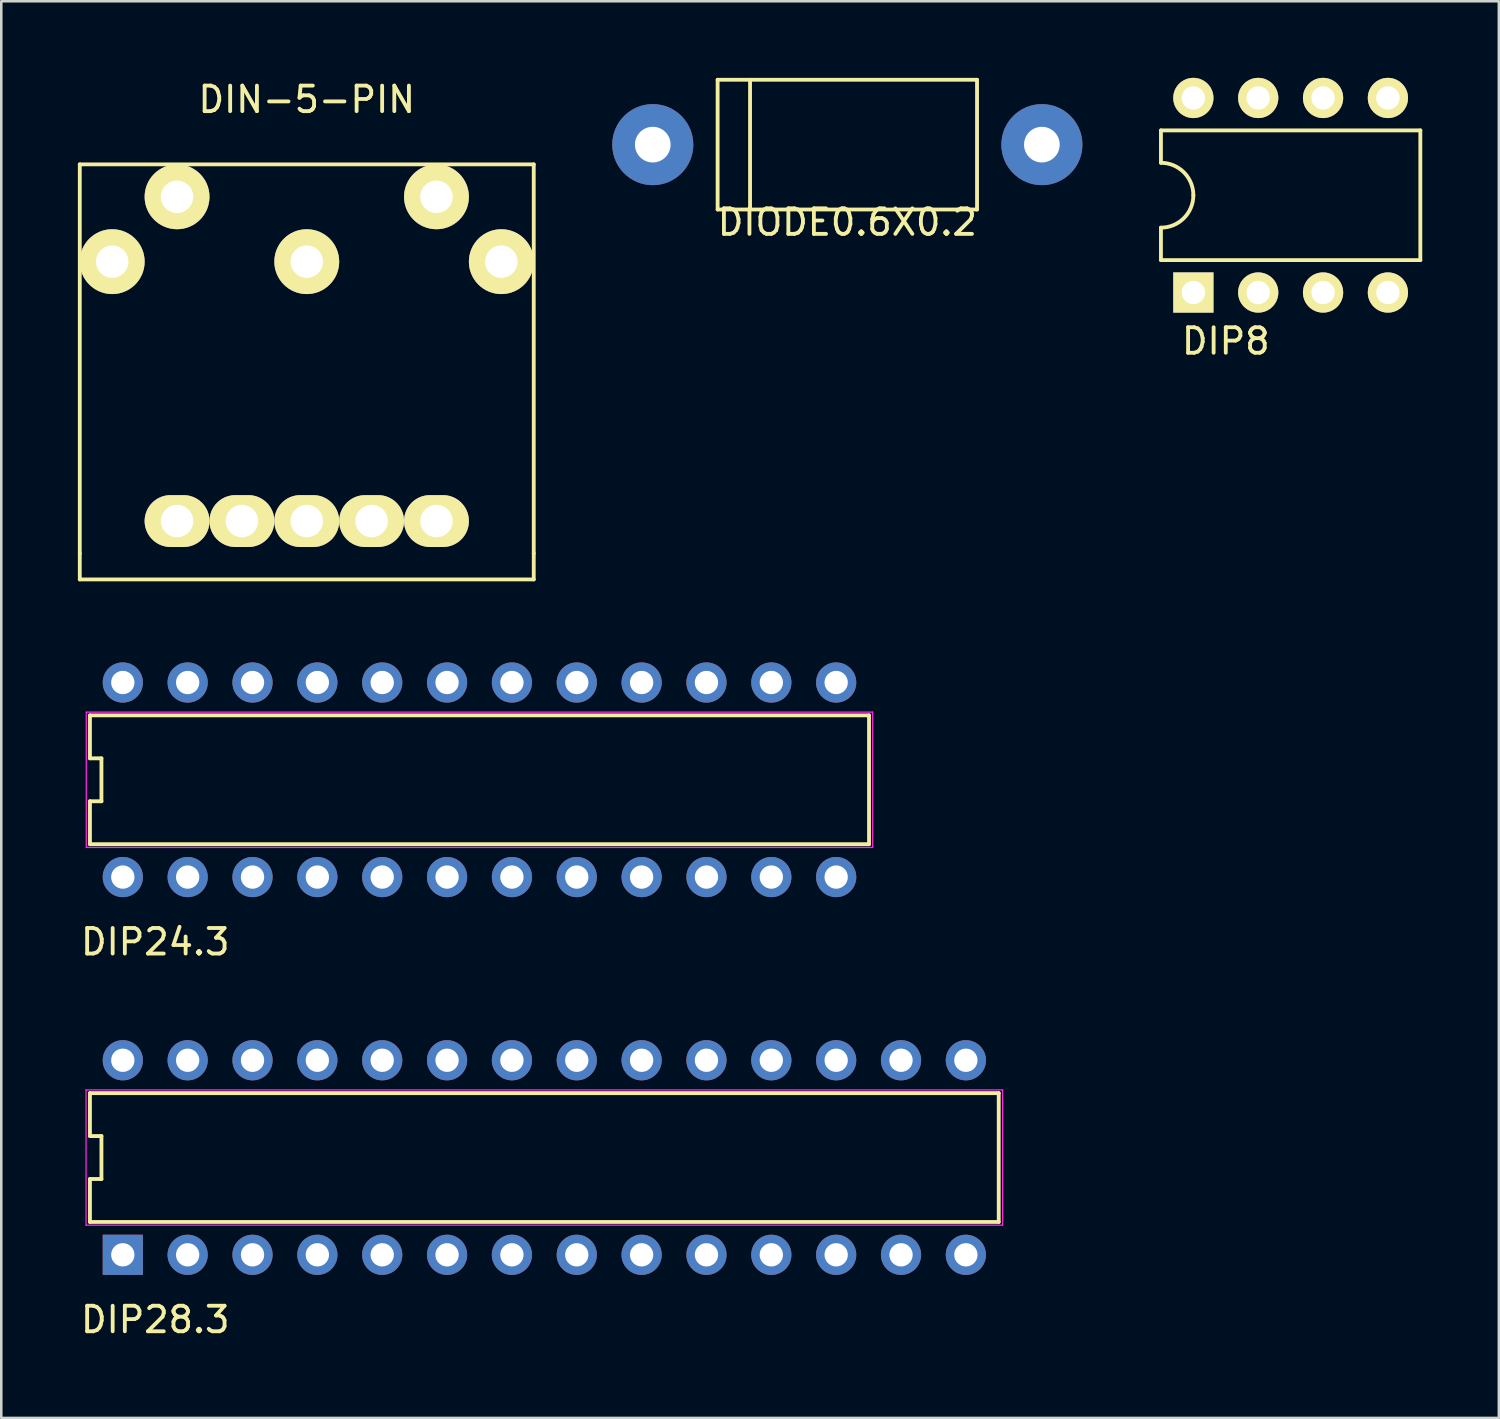
<source format=kicad_pcb>
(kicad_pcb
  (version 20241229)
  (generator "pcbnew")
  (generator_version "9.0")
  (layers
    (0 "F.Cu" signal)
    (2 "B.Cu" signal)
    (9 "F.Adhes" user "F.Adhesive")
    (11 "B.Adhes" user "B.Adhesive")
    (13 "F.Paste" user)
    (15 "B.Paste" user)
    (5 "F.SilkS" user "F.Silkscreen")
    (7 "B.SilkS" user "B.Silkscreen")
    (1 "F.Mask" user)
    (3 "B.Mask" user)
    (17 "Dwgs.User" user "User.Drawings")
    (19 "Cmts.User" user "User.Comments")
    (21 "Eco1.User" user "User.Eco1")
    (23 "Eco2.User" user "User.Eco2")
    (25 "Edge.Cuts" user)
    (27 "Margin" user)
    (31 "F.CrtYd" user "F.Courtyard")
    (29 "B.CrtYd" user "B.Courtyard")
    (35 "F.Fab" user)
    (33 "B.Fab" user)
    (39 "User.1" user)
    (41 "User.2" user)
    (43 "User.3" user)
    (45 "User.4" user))
  (footprint "DIP28.3"
    (layer "F.Cu")
    (at 18.27 42.287)
    (property "Reference" "DIP28.3" (at -15.24 6.35 0) (layer "F.SilkS") (effects (font (size 1 1) (thickness 0.15))))
    (attr through_hole)
    (fp_line (start -17.797 -2.523) (end -17.797 -0.841) (stroke (width 0.15) (type solid)) (layer "F.SilkS"))
    (fp_line (start -17.797 -0.841) (end -17.347 -0.841) (stroke (width 0.15) (type solid)) (layer "F.SilkS"))
    (fp_line (start -17.797 0.841) (end -17.797 2.523) (stroke (width 0.15) (type solid)) (layer "F.SilkS"))
    (fp_line (start -17.797 2.523) (end 17.797 2.523) (stroke (width 0.15) (type solid)) (layer "F.SilkS"))
    (fp_line (start -17.347 -0.841) (end -17.347 0.841) (stroke (width 0.15) (type solid)) (layer "F.SilkS"))
    (fp_line (start -17.347 0.841) (end -17.797 0.841) (stroke (width 0.15) (type solid)) (layer "F.SilkS"))
    (fp_line (start 17.797 -2.523) (end -17.797 -2.523) (stroke (width 0.15) (type solid)) (layer "F.SilkS"))
    (fp_line (start 17.797 2.523) (end 17.797 -2.523) (stroke (width 0.15) (type solid)) (layer "F.SilkS"))
    (fp_line (start -17.95 -2.65) (end 17.95 -2.65) (stroke (width 0.05) (type solid)) (layer "F.CrtYd"))
    (fp_line (start -17.95 2.65) (end -17.95 -2.65) (stroke (width 0.05) (type solid)) (layer "F.CrtYd"))
    (fp_line (start 17.95 -2.65) (end 17.95 2.65) (stroke (width 0.05) (type solid)) (layer "F.CrtYd"))
    (fp_line (start 17.95 2.65) (end -17.95 2.65) (stroke (width 0.05) (type solid)) (layer "F.CrtYd"))
    (pad "1" thru_hole rect (at -16.51 3.81) (size 1.575 1.575) (drill 0.914) (layers "*.Cu" "*.Mask"))
    (pad "2" thru_hole circle (at -13.97 3.81) (size 1.575 1.575) (drill 0.914) (layers "*.Cu" "*.Mask"))
    (pad "3" thru_hole circle (at -11.43 3.81) (size 1.575 1.575) (drill 0.914) (layers "*.Cu" "*.Mask"))
    (pad "4" thru_hole circle (at -8.89 3.81) (size 1.575 1.575) (drill 0.914) (layers "*.Cu" "*.Mask"))
    (pad "5" thru_hole circle (at -6.35 3.81) (size 1.575 1.575) (drill 0.914) (layers "*.Cu" "*.Mask"))
    (pad "6" thru_hole circle (at -3.81 3.81) (size 1.575 1.575) (drill 0.914) (layers "*.Cu" "*.Mask"))
    (pad "7" thru_hole circle (at -1.27 3.81) (size 1.575 1.575) (drill 0.914) (layers "*.Cu" "*.Mask"))
    (pad "8" thru_hole circle (at 1.27 3.81) (size 1.575 1.575) (drill 0.914) (layers "*.Cu" "*.Mask"))
    (pad "9" thru_hole circle (at 3.81 3.81) (size 1.575 1.575) (drill 0.914) (layers "*.Cu" "*.Mask"))
    (pad "10" thru_hole circle (at 6.35 3.81) (size 1.575 1.575) (drill 0.914) (layers "*.Cu" "*.Mask"))
    (pad "11" thru_hole circle (at 8.89 3.81) (size 1.575 1.575) (drill 0.914) (layers "*.Cu" "*.Mask"))
    (pad "12" thru_hole circle (at 11.43 3.81) (size 1.575 1.575) (drill 0.914) (layers "*.Cu" "*.Mask"))
    (pad "13" thru_hole circle (at 13.97 3.81) (size 1.575 1.575) (drill 0.914) (layers "*.Cu" "*.Mask"))
    (pad "14" thru_hole circle (at 16.51 3.81) (size 1.575 1.575) (drill 0.914) (layers "*.Cu" "*.Mask"))
    (pad "15" thru_hole circle (at 16.51 -3.81) (size 1.575 1.575) (drill 0.914) (layers "*.Cu" "*.Mask"))
    (pad "16" thru_hole circle (at 13.97 -3.81) (size 1.575 1.575) (drill 0.914) (layers "*.Cu" "*.Mask"))
    (pad "17" thru_hole circle (at 11.43 -3.81) (size 1.575 1.575) (drill 0.914) (layers "*.Cu" "*.Mask"))
    (pad "18" thru_hole circle (at 8.89 -3.81) (size 1.575 1.575) (drill 0.914) (layers "*.Cu" "*.Mask"))
    (pad "19" thru_hole circle (at 6.35 -3.81) (size 1.575 1.575) (drill 0.914) (layers "*.Cu" "*.Mask"))
    (pad "20" thru_hole circle (at 3.81 -3.81) (size 1.575 1.575) (drill 0.914) (layers "*.Cu" "*.Mask"))
    (pad "21" thru_hole circle (at 1.27 -3.81) (size 1.575 1.575) (drill 0.914) (layers "*.Cu" "*.Mask"))
    (pad "22" thru_hole circle (at -1.27 -3.81) (size 1.575 1.575) (drill 0.914) (layers "*.Cu" "*.Mask"))
    (pad "23" thru_hole circle (at -3.81 -3.81) (size 1.575 1.575) (drill 0.914) (layers "*.Cu" "*.Mask"))
    (pad "24" thru_hole circle (at -6.35 -3.81) (size 1.575 1.575) (drill 0.914) (layers "*.Cu" "*.Mask"))
    (pad "25" thru_hole circle (at -8.89 -3.81) (size 1.575 1.575) (drill 0.914) (layers "*.Cu" "*.Mask"))
    (pad "26" thru_hole circle (at -11.43 -3.81) (size 1.575 1.575) (drill 0.914) (layers "*.Cu" "*.Mask"))
    (pad "27" thru_hole circle (at -13.97 -3.81) (size 1.575 1.575) (drill 0.914) (layers "*.Cu" "*.Mask"))
    (pad "28" thru_hole circle (at -16.51 -3.81) (size 1.575 1.575) (drill 0.914) (layers "*.Cu" "*.Mask")))
  (footprint "DIP24.3"
    (layer "F.Cu")
    (at 15.73 27.492)
    (property "Reference" "DIP24.3" (at -12.7 6.35 180) (layer "F.SilkS") (effects (font (size 1 1) (thickness 0.15))))
    (attr through_hole)
    (fp_line (start -15.257 -2.523) (end -15.257 -0.841) (stroke (width 0.15) (type solid)) (layer "F.SilkS"))
    (fp_line (start -15.257 -0.841) (end -14.807 -0.841) (stroke (width 0.15) (type solid)) (layer "F.SilkS"))
    (fp_line (start -15.257 0.841) (end -15.257 2.523) (stroke (width 0.15) (type solid)) (layer "F.SilkS"))
    (fp_line (start -15.257 2.523) (end 15.257 2.523) (stroke (width 0.15) (type solid)) (layer "F.SilkS"))
    (fp_line (start -14.807 -0.841) (end -14.807 0.841) (stroke (width 0.15) (type solid)) (layer "F.SilkS"))
    (fp_line (start -14.807 0.841) (end -15.257 0.841) (stroke (width 0.15) (type solid)) (layer "F.SilkS"))
    (fp_line (start 15.257 -2.523) (end -15.257 -2.523) (stroke (width 0.15) (type solid)) (layer "F.SilkS"))
    (fp_line (start 15.257 2.523) (end 15.257 -2.523) (stroke (width 0.15) (type solid)) (layer "F.SilkS"))
    (fp_line (start -15.4 -2.65) (end 15.4 -2.65) (stroke (width 0.05) (type solid)) (layer "F.CrtYd"))
    (fp_line (start -15.4 2.65) (end -15.4 -2.65) (stroke (width 0.05) (type solid)) (layer "F.CrtYd"))
    (fp_line (start 15.4 -2.65) (end 15.4 2.65) (stroke (width 0.05) (type solid)) (layer "F.CrtYd"))
    (fp_line (start 15.4 2.65) (end -15.4 2.65) (stroke (width 0.05) (type solid)) (layer "F.CrtYd"))
    (pad "1" thru_hole circle (at -13.97 3.81) (size 1.575 1.575) (drill 0.914) (layers "*.Cu" "*.Mask"))
    (pad "2" thru_hole circle (at -11.43 3.81) (size 1.575 1.575) (drill 0.914) (layers "*.Cu" "*.Mask"))
    (pad "3" thru_hole circle (at -8.89 3.81) (size 1.575 1.575) (drill 0.914) (layers "*.Cu" "*.Mask"))
    (pad "4" thru_hole circle (at -6.35 3.81) (size 1.575 1.575) (drill 0.914) (layers "*.Cu" "*.Mask"))
    (pad "5" thru_hole circle (at -3.81 3.81) (size 1.575 1.575) (drill 0.914) (layers "*.Cu" "*.Mask"))
    (pad "6" thru_hole circle (at -1.27 3.81) (size 1.575 1.575) (drill 0.914) (layers "*.Cu" "*.Mask"))
    (pad "7" thru_hole circle (at 1.27 3.81) (size 1.575 1.575) (drill 0.914) (layers "*.Cu" "*.Mask"))
    (pad "8" thru_hole circle (at 3.81 3.81) (size 1.575 1.575) (drill 0.914) (layers "*.Cu" "*.Mask"))
    (pad "9" thru_hole circle (at 6.35 3.81) (size 1.575 1.575) (drill 0.914) (layers "*.Cu" "*.Mask"))
    (pad "10" thru_hole circle (at 8.89 3.81) (size 1.575 1.575) (drill 0.914) (layers "*.Cu" "*.Mask"))
    (pad "11" thru_hole circle (at 11.43 3.81) (size 1.575 1.575) (drill 0.914) (layers "*.Cu" "*.Mask"))
    (pad "12" thru_hole circle (at 13.97 3.81) (size 1.575 1.575) (drill 0.914) (layers "*.Cu" "*.Mask"))
    (pad "13" thru_hole circle (at 13.97 -3.81) (size 1.575 1.575) (drill 0.914) (layers "*.Cu" "*.Mask"))
    (pad "14" thru_hole circle (at 11.43 -3.81) (size 1.575 1.575) (drill 0.914) (layers "*.Cu" "*.Mask"))
    (pad "15" thru_hole circle (at 8.89 -3.81) (size 1.575 1.575) (drill 0.914) (layers "*.Cu" "*.Mask"))
    (pad "16" thru_hole circle (at 6.35 -3.81) (size 1.575 1.575) (drill 0.914) (layers "*.Cu" "*.Mask"))
    (pad "17" thru_hole circle (at 3.81 -3.81) (size 1.575 1.575) (drill 0.914) (layers "*.Cu" "*.Mask"))
    (pad "18" thru_hole circle (at 1.27 -3.81) (size 1.575 1.575) (drill 0.914) (layers "*.Cu" "*.Mask"))
    (pad "19" thru_hole circle (at -1.27 -3.81) (size 1.575 1.575) (drill 0.914) (layers "*.Cu" "*.Mask"))
    (pad "20" thru_hole circle (at -3.81 -3.81) (size 1.575 1.575) (drill 0.914) (layers "*.Cu" "*.Mask"))
    (pad "21" thru_hole circle (at -6.35 -3.81) (size 1.575 1.575) (drill 0.914) (layers "*.Cu" "*.Mask"))
    (pad "22" thru_hole circle (at -8.89 -3.81) (size 1.575 1.575) (drill 0.914) (layers "*.Cu" "*.Mask"))
    (pad "23" thru_hole circle (at -11.43 -3.81) (size 1.575 1.575) (drill 0.914) (layers "*.Cu" "*.Mask"))
    (pad "24" thru_hole circle (at -13.97 -3.81) (size 1.575 1.575) (drill 0.914) (layers "*.Cu" "*.Mask")))
  (footprint "DIODE0.6X0.2"
    (layer "F.Cu")
    (at 30.137 2.615)
    (property "Reference" "DIODE0.6X0.2" (at 0 3.04 0) (layer "F.SilkS") (effects (font (size 1 1) (thickness 0.15))))
    (attr through_hole)
    (fp_line (start -5.08 -2.54) (end 5.08 -2.54) (stroke (width 0.15) (type solid)) (layer "F.SilkS"))
    (fp_line (start -5.08 2.54) (end -5.08 -2.54) (stroke (width 0.15) (type solid)) (layer "F.SilkS"))
    (fp_line (start -3.81 -2.54) (end -3.81 2.54) (stroke (width 0.15) (type solid)) (layer "F.SilkS"))
    (fp_line (start 5.08 -2.54) (end 5.08 2.54) (stroke (width 0.15) (type solid)) (layer "F.SilkS"))
    (fp_line (start 5.08 2.54) (end -5.08 2.54) (stroke (width 0.15) (type solid)) (layer "F.SilkS"))
    (pad "1" thru_hole circle (at -7.62 0) (size 3.175 3.175) (drill 1.397) (layers "*.Cu" "*.Mask"))
    (pad "2" thru_hole circle (at 7.62 0) (size 3.175 3.175) (drill 1.397) (layers "*.Cu" "*.Mask")))
  (footprint "DIP8"
    (layer "F.Cu")
    (at 47.5 4.597)
    (property "Reference" "DIP8" (at -2.54 5.715 0) (layer "F.SilkS") (effects (font (size 1 1) (thickness 0.15))))
    (attr through_hole)
    (fp_line (start -5.08 -2.54) (end -5.08 -1.27) (stroke (width 0.15) (type solid)) (layer "F.SilkS"))
    (fp_line (start -5.08 -2.54) (end 5.08 -2.54) (stroke (width 0.15) (type solid)) (layer "F.SilkS"))
    (fp_line (start -5.08 2.54) (end -5.08 1.27) (stroke (width 0.15) (type solid)) (layer "F.SilkS"))
    (fp_line (start 5.08 -2.54) (end 5.08 2.54) (stroke (width 0.15) (type solid)) (layer "F.SilkS"))
    (fp_line (start 5.08 2.54) (end -5.08 2.54) (stroke (width 0.15) (type solid)) (layer "F.SilkS"))
    (fp_arc (start -5.08 -1.27) (mid -4.181974 -0.898026) (end -3.81 0) (stroke (width 0.15) (type solid)) (layer "F.SilkS"))
    (fp_arc (start -3.81 0) (mid -4.181974 0.898026) (end -5.08 1.27) (stroke (width 0.15) (type solid)) (layer "F.SilkS"))
    (pad "1" thru_hole rect (at -3.81 3.81) (size 1.575 1.575) (drill 0.914) (layers "*.Cu" "*.Mask" "F.SilkS"))
    (pad "2" thru_hole circle (at -1.27 3.81) (size 1.575 1.575) (drill 0.914) (layers "*.Cu" "*.Mask" "F.SilkS"))
    (pad "3" thru_hole circle (at 1.27 3.81) (size 1.575 1.575) (drill 0.914) (layers "*.Cu" "*.Mask" "F.SilkS"))
    (pad "4" thru_hole circle (at 3.81 3.81) (size 1.575 1.575) (drill 0.914) (layers "*.Cu" "*.Mask" "F.SilkS"))
    (pad "5" thru_hole circle (at 3.81 -3.81) (size 1.575 1.575) (drill 0.914) (layers "*.Cu" "*.Mask" "F.SilkS"))
    (pad "6" thru_hole circle (at 1.27 -3.81) (size 1.575 1.575) (drill 0.914) (layers "*.Cu" "*.Mask" "F.SilkS"))
    (pad "7" thru_hole circle (at -1.27 -3.81) (size 1.575 1.575) (drill 0.914) (layers "*.Cu" "*.Mask" "F.SilkS"))
    (pad "8" thru_hole circle (at -3.81 -3.81) (size 1.575 1.575) (drill 0.914) (layers "*.Cu" "*.Mask" "F.SilkS")))
  (footprint "DIN-5-PIN"
    (layer "F.Cu")
    (at 8.965 19.644)
    (property "Reference" "DIN-5-PIN" (at 0 -18.796 0) (layer "F.SilkS") (effects (font (size 1 1) (thickness 0.15))))
    (attr through_hole)
    (fp_line (start -8.89 -16.256) (end 8.89 -16.256) (stroke (width 0.15) (type solid)) (layer "F.SilkS"))
    (fp_line (start -8.89 -1.016) (end -8.89 -16.256) (stroke (width 0.15) (type solid)) (layer "F.SilkS"))
    (fp_line (start -8.89 -1.016) (end -8.89 0) (stroke (width 0.15) (type solid)) (layer "F.SilkS"))
    (fp_line (start 8.89 -16.256) (end 8.89 -1.016) (stroke (width 0.15) (type solid)) (layer "F.SilkS"))
    (fp_line (start 8.89 -1.016) (end 8.89 0) (stroke (width 0.15) (type solid)) (layer "F.SilkS"))
    (fp_line (start 8.89 0) (end -8.89 0) (stroke (width 0.15) (type solid)) (layer "F.SilkS"))
    (pad "1" thru_hole circle (at 7.62 -12.446) (size 2.54 2.54) (drill 1.27) (layers "*.Cu" "*.Mask" "F.SilkS"))
    (pad "2" thru_hole circle (at 0 -12.446) (size 2.54 2.54) (drill 1.27) (layers "*.Cu" "*.Mask" "F.SilkS"))
    (pad "3" thru_hole circle (at -7.62 -12.446) (size 2.54 2.54) (drill 1.27) (layers "*.Cu" "*.Mask" "F.SilkS"))
    (pad "4" thru_hole circle (at 5.08 -14.986) (size 2.54 2.54) (drill 1.27) (layers "*.Cu" "*.Mask" "F.SilkS"))
    (pad "5" thru_hole circle (at -5.08 -14.986) (size 2.54 2.54) (drill 1.27) (layers "*.Cu" "*.Mask" "F.SilkS"))
    (pad "6" thru_hole oval (at -2.54 -2.286) (size 2.54 2.032) (drill 1.27) (layers "*.Cu" "*.Mask" "F.SilkS"))
    (pad "7" thru_hole oval (at 2.54 -2.286) (size 2.54 2.032) (drill 1.27) (layers "*.Cu" "*.Mask" "F.SilkS"))
    (pad "8" thru_hole oval (at -5.08 -2.286) (size 2.54 2.032) (drill 1.27) (layers "*.Cu" "*.Mask" "F.SilkS"))
    (pad "9" thru_hole oval (at 0 -2.286) (size 2.54 2.032) (drill 1.27) (layers "*.Cu" "*.Mask" "F.SilkS"))
    (pad "10" thru_hole oval (at 5.08 -2.286) (size 2.54 2.032) (drill 1.27) (layers "*.Cu" "*.Mask" "F.SilkS")))
  (gr_rect
    (start -3 -3)
    (end 55.655 52.486)
    (stroke (width 0.1) (type default))
    (fill no)
    (layer "Edge.Cuts")))
</source>
